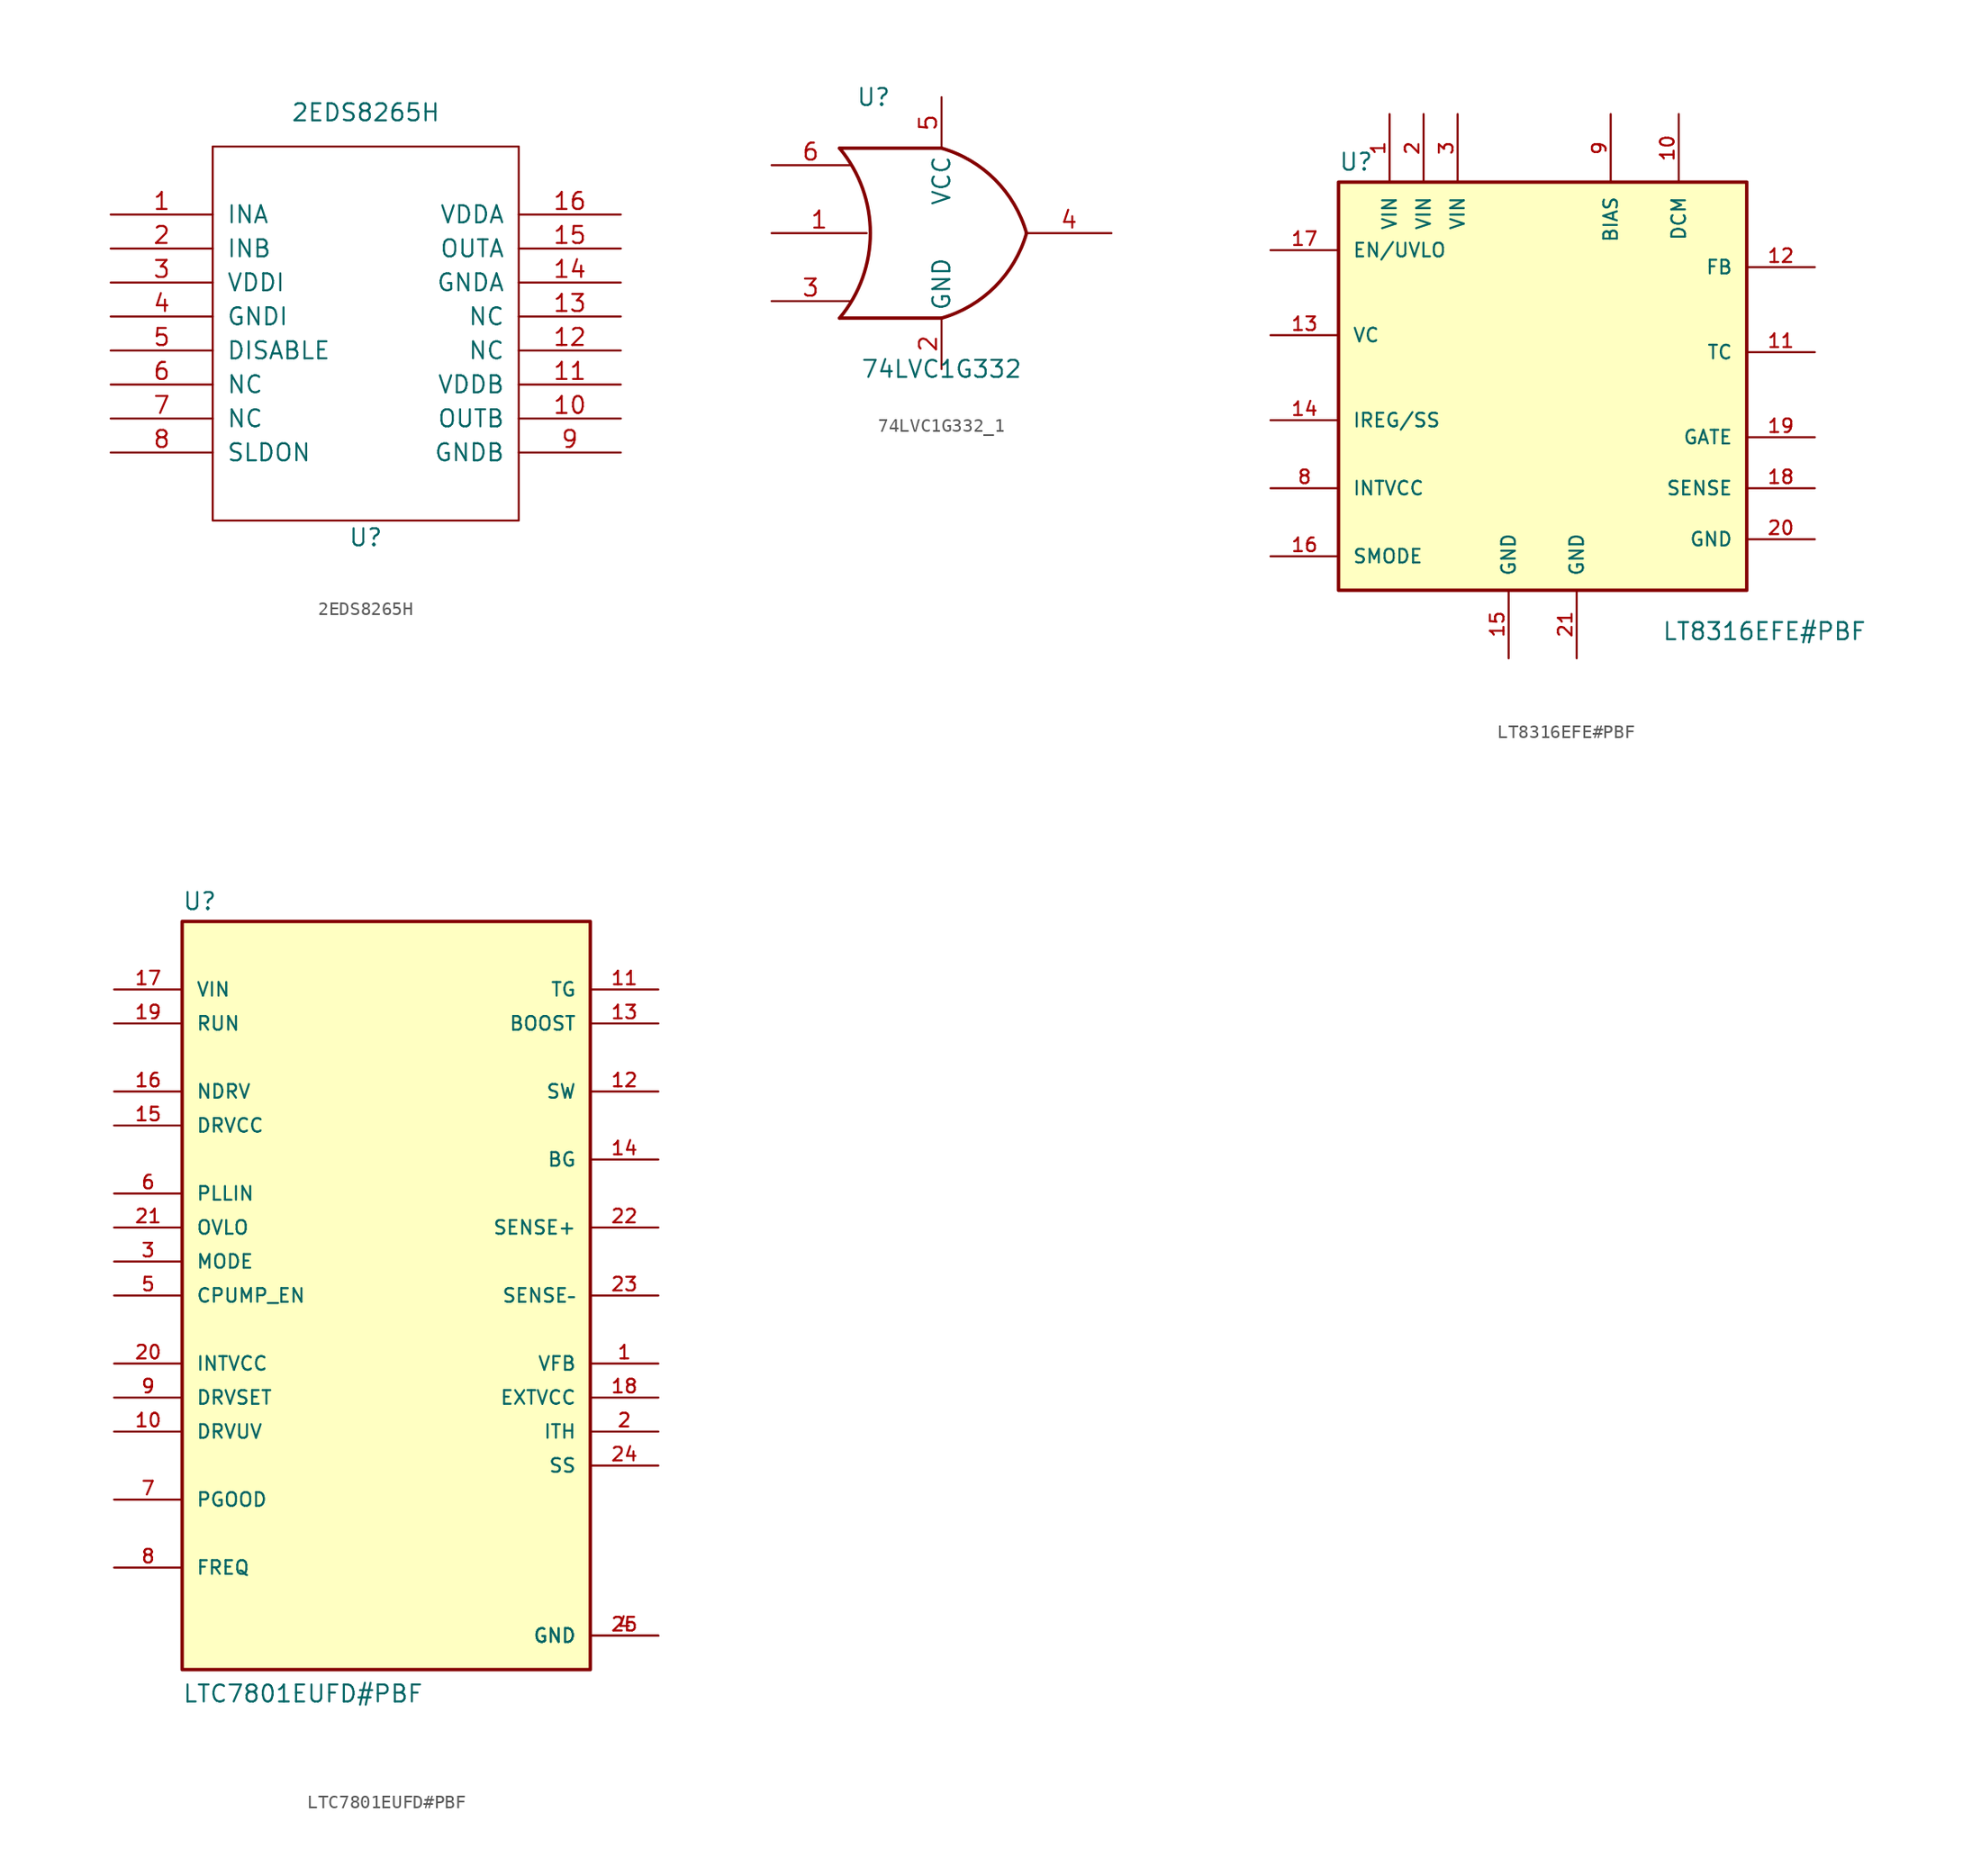
<source format=kicad_sym>
(kicad_symbol_lib
  (version 20220914)
  (generator kicad_symbol_editor)
  (symbol "2EDS8265H"
    (pin_names
      (offset 1.016))
    (property "Reference" "U"
      (at 0 -15.24 0)
      (effects (font (size 1.27 1.27))))
    (property "Value" "2EDS8265H"
      (at 0 16.51 0)
      (effects (font (size 1.27 1.27))))
    (symbol "2EDS8265H_1_0"
      (rectangle (start -11.43 -13.97) (end 11.43 13.97) (stroke (width 0) (type solid)) (fill (type none))))
    (symbol "2EDS8265H_1_1"
      (pin input line (at -19.05 8.89 0) (length 7.62) (name "INA" (effects (font (size 1.27 1.27)))) (number "1" (effects (font (size 1.27 1.27)))))
      (pin input line (at 19.05 -6.35 180) (length 7.62) (name "OUTB" (effects (font (size 1.27 1.27)))) (number "10" (effects (font (size 1.27 1.27)))))
      (pin input line (at 19.05 -3.81 180) (length 7.62) (name "VDDB" (effects (font (size 1.27 1.27)))) (number "11" (effects (font (size 1.27 1.27)))))
      (pin input line (at 19.05 -1.27 180) (length 7.62) (name "NC" (effects (font (size 1.27 1.27)))) (number "12" (effects (font (size 1.27 1.27)))))
      (pin input line (at 19.05 1.27 180) (length 7.62) (name "NC" (effects (font (size 1.27 1.27)))) (number "13" (effects (font (size 1.27 1.27)))))
      (pin input line (at 19.05 3.81 180) (length 7.62) (name "GNDA" (effects (font (size 1.27 1.27)))) (number "14" (effects (font (size 1.27 1.27)))))
      (pin input line (at 19.05 6.35 180) (length 7.62) (name "OUTA" (effects (font (size 1.27 1.27)))) (number "15" (effects (font (size 1.27 1.27)))))
      (pin input line (at 19.05 8.89 180) (length 7.62) (name "VDDA" (effects (font (size 1.27 1.27)))) (number "16" (effects (font (size 1.27 1.27)))))
      (pin input line (at -19.05 6.35 0) (length 7.62) (name "INB" (effects (font (size 1.27 1.27)))) (number "2" (effects (font (size 1.27 1.27)))))
      (pin input line (at -19.05 3.81 0) (length 7.62) (name "VDDI" (effects (font (size 1.27 1.27)))) (number "3" (effects (font (size 1.27 1.27)))))
      (pin input line (at -19.05 1.27 0) (length 7.62) (name "GNDI" (effects (font (size 1.27 1.27)))) (number "4" (effects (font (size 1.27 1.27)))))
      (pin input line (at -19.05 -1.27 0) (length 7.62) (name "DISABLE" (effects (font (size 1.27 1.27)))) (number "5" (effects (font (size 1.27 1.27)))))
      (pin input line (at -19.05 -3.81 0) (length 7.62) (name "NC" (effects (font (size 1.27 1.27)))) (number "6" (effects (font (size 1.27 1.27)))))
      (pin input line (at -19.05 -6.35 0) (length 7.62) (name "NC" (effects (font (size 1.27 1.27)))) (number "7" (effects (font (size 1.27 1.27)))))
      (pin input line (at -19.05 -8.89 0) (length 7.62) (name "SLDON" (effects (font (size 1.27 1.27)))) (number "8" (effects (font (size 1.27 1.27)))))
      (pin input line (at 19.05 -8.89 180) (length 7.62) (name "GNDB" (effects (font (size 1.27 1.27)))) (number "9" (effects (font (size 1.27 1.27)))))))
  (symbol "74LVC1G332_1"
    (property "Reference" "U"
      (at -5.08 10.16 0)
      (effects (font (size 1.27 1.27))))
    (property "Value" "74LVC1G332"
      (at 0 -10.16 0)
      (effects (font (size 1.27 1.27))))
    (symbol "74LVC1G332_1_0_1"
      (arc (start -7.62 -6.35) (mid -5.321 0) (end -7.62 6.35) (stroke (width 0.254) (type default)) (fill (type none)))
      (arc (start 0 -6.35) (mid 3.9978 -3.9978) (end 6.35 0) (stroke (width 0.254) (type default)) (fill (type none)))
      (polyline (pts (xy 0 -6.35) (xy -7.62 -6.35)) (stroke (width 0.254) (type default)) (fill (type background)))
      (polyline (pts (xy 0 6.35) (xy -7.62 6.35)) (stroke (width 0.254) (type default)) (fill (type background)))
      (arc (start 6.35 0) (mid 3.9978 3.9978) (end 0 6.35) (stroke (width 0.254) (type default)) (fill (type none))))
    (symbol "74LVC1G332_1_1_1"
      (pin input line (at -12.7 0 0) (length 7.11) (name "~" (effects (font (size 1.27 1.27)))) (number "1" (effects (font (size 1.27 1.27)))))
      (pin power_in line (at 0 -10.16 90) (length 3.81) (name "GND" (effects (font (size 1.27 1.27)))) (number "2" (effects (font (size 1.27 1.27)))))
      (pin input line (at -12.7 -5.08 0) (length 5.84) (name "~" (effects (font (size 1.27 1.27)))) (number "3" (effects (font (size 1.27 1.27)))))
      (pin output line (at 12.7 0 180) (length 6.35) (name "~" (effects (font (size 1.27 1.27)))) (number "4" (effects (font (size 1.27 1.27)))))
      (pin power_in line (at 0 10.16 270) (length 3.81) (name "VCC" (effects (font (size 1.27 1.27)))) (number "5" (effects (font (size 1.27 1.27)))))
      (pin input line (at -12.7 5.08 0) (length 5.84) (name "~" (effects (font (size 1.27 1.27)))) (number "6" (effects (font (size 1.27 1.27)))))))
  (symbol "LT8316EFE#PBF"
    (pin_names
      (offset 1.016))
    (property "Reference" "U"
      (at -15.24 16.002 0)
      (effects (font (size 1.27 1.27)) (justify left bottom)))
    (property "Value" "LT8316EFE#PBF"
      (at 8.89 -19.05 0)
      (effects (font (size 1.27 1.27)) (justify left bottom)))
    (symbol "LT8316EFE#PBF_0_0"
      (rectangle (start -15.24 -15.24) (end 15.24 15.24) (stroke (width 0.254) (type default)) (fill (type background)))
      (pin input line (at -11.43 20.32 270) (length 5.08) (name "VIN" (effects (font (size 1.016 1.016)))) (number "1" (effects (font (size 1.016 1.016)))))
      (pin input line (at 10.16 20.32 270) (length 5.08) (name "DCM" (effects (font (size 1.016 1.016)))) (number "10" (effects (font (size 1.016 1.016)))))
      (pin passive line (at 20.32 2.54 180) (length 5.08) (name "TC" (effects (font (size 1.016 1.016)))) (number "11" (effects (font (size 1.016 1.016)))))
      (pin input line (at 20.32 8.89 180) (length 5.08) (name "FB" (effects (font (size 1.016 1.016)))) (number "12" (effects (font (size 1.016 1.016)))))
      (pin passive line (at -20.32 3.81 0) (length 5.08) (name "VC" (effects (font (size 1.016 1.016)))) (number "13" (effects (font (size 1.016 1.016)))))
      (pin bidirectional line (at -20.32 -2.54 0) (length 5.08) (name "IREG/SS" (effects (font (size 1.016 1.016)))) (number "14" (effects (font (size 1.016 1.016)))))
      (pin power_in line (at -2.54 -20.32 90) (length 5.08) (name "GND" (effects (font (size 1.016 1.016)))) (number "15" (effects (font (size 1.016 1.016)))))
      (pin input line (at -20.32 -12.7 0) (length 5.08) (name "SMODE" (effects (font (size 1.016 1.016)))) (number "16" (effects (font (size 1.016 1.016)))))
      (pin input line (at -20.32 10.16 0) (length 5.08) (name "EN/UVLO" (effects (font (size 1.016 1.016)))) (number "17" (effects (font (size 1.016 1.016)))))
      (pin input line (at 20.32 -7.62 180) (length 5.08) (name "SENSE" (effects (font (size 1.016 1.016)))) (number "18" (effects (font (size 1.016 1.016)))))
      (pin output line (at 20.32 -3.81 180) (length 5.08) (name "GATE" (effects (font (size 1.016 1.016)))) (number "19" (effects (font (size 1.016 1.016)))))
      (pin input line (at -8.89 20.32 270) (length 5.08) (name "VIN" (effects (font (size 1.016 1.016)))) (number "2" (effects (font (size 1.016 1.016)))))
      (pin power_in line (at 20.32 -11.43 180) (length 5.08) (name "GND" (effects (font (size 1.016 1.016)))) (number "20" (effects (font (size 1.016 1.016)))))
      (pin power_in line (at 2.54 -20.32 90) (length 5.08) (name "GND" (effects (font (size 1.016 1.016)))) (number "21" (effects (font (size 1.016 1.016)))))
      (pin input line (at -6.35 20.32 270) (length 5.08) (name "VIN" (effects (font (size 1.016 1.016)))) (number "3" (effects (font (size 1.016 1.016)))))
      (pin output line (at -20.32 -7.62 0) (length 5.08) (name "INTVCC" (effects (font (size 1.016 1.016)))) (number "8" (effects (font (size 1.016 1.016)))))
      (pin input line (at 5.08 20.32 270) (length 5.08) (name "BIAS" (effects (font (size 1.016 1.016)))) (number "9" (effects (font (size 1.016 1.016)))))))
  (symbol "LTC7801EUFD#PBF"
    (pin_names
      (offset 1.016))
    (property "Reference" "U"
      (at -15.24 28.702 0)
      (effects (font (size 1.27 1.27)) (justify left bottom)))
    (property "Value" "LTC7801EUFD#PBF"
      (at -15.24 -30.48 0)
      (effects (font (size 1.27 1.27)) (justify left bottom)))
    (symbol "LTC7801EUFD#PBF_0_0"
      (rectangle (start -15.24 -27.94) (end 15.24 27.94) (stroke (width 0.254) (type default)) (fill (type background)))
      (pin input line (at 20.32 -5.08 180) (length 5.08) (name "VFB" (effects (font (size 1.016 1.016)))) (number "1" (effects (font (size 1.016 1.016)))))
      (pin input line (at -20.32 -10.16 0) (length 5.08) (name "DRVUV" (effects (font (size 1.016 1.016)))) (number "10" (effects (font (size 1.016 1.016)))))
      (pin bidirectional line (at 20.32 22.86 180) (length 5.08) (name "TG" (effects (font (size 1.016 1.016)))) (number "11" (effects (font (size 1.016 1.016)))))
      (pin bidirectional line (at 20.32 15.24 180) (length 5.08) (name "SW" (effects (font (size 1.016 1.016)))) (number "12" (effects (font (size 1.016 1.016)))))
      (pin passive line (at 20.32 20.32 180) (length 5.08) (name "BOOST" (effects (font (size 1.016 1.016)))) (number "13" (effects (font (size 1.016 1.016)))))
      (pin bidirectional line (at 20.32 10.16 180) (length 5.08) (name "BG" (effects (font (size 1.016 1.016)))) (number "14" (effects (font (size 1.016 1.016)))))
      (pin output line (at -20.32 12.7 0) (length 5.08) (name "DRVCC" (effects (font (size 1.016 1.016)))) (number "15" (effects (font (size 1.016 1.016)))))
      (pin output line (at -20.32 15.24 0) (length 5.08) (name "NDRV" (effects (font (size 1.016 1.016)))) (number "16" (effects (font (size 1.016 1.016)))))
      (pin input line (at -20.32 22.86 0) (length 5.08) (name "VIN" (effects (font (size 1.016 1.016)))) (number "17" (effects (font (size 1.016 1.016)))))
      (pin input line (at 20.32 -7.62 180) (length 5.08) (name "EXTVCC" (effects (font (size 1.016 1.016)))) (number "18" (effects (font (size 1.016 1.016)))))
      (pin input line (at -20.32 20.32 0) (length 5.08) (name "RUN" (effects (font (size 1.016 1.016)))) (number "19" (effects (font (size 1.016 1.016)))))
      (pin output line (at 20.32 -10.16 180) (length 5.08) (name "ITH" (effects (font (size 1.016 1.016)))) (number "2" (effects (font (size 1.016 1.016)))))
      (pin output line (at -20.32 -5.08 0) (length 5.08) (name "INTVCC" (effects (font (size 1.016 1.016)))) (number "20" (effects (font (size 1.016 1.016)))))
      (pin input line (at -20.32 5.08 0) (length 5.08) (name "OVLO" (effects (font (size 1.016 1.016)))) (number "21" (effects (font (size 1.016 1.016)))))
      (pin input line (at 20.32 5.08 180) (length 5.08) (name "SENSE+" (effects (font (size 1.016 1.016)))) (number "22" (effects (font (size 1.016 1.016)))))
      (pin input line (at 20.32 0 180) (length 5.08) (name "SENSE–" (effects (font (size 1.016 1.016)))) (number "23" (effects (font (size 1.016 1.016)))))
      (pin input line (at 20.32 -12.7 180) (length 5.08) (name "SS" (effects (font (size 1.016 1.016)))) (number "24" (effects (font (size 1.016 1.016)))))
      (pin power_in line (at 20.32 -25.4 180) (length 5.08) (name "GND" (effects (font (size 1.016 1.016)))) (number "25" (effects (font (size 1.016 1.016)))))
      (pin input line (at -20.32 2.54 0) (length 5.08) (name "MODE" (effects (font (size 1.016 1.016)))) (number "3" (effects (font (size 1.016 1.016)))))
      (pin power_in line (at 20.32 -25.4 180) (length 5.08) (name "GND" (effects (font (size 1.016 1.016)))) (number "4" (effects (font (size 1.016 1.016)))))
      (pin input line (at -20.32 0 0) (length 5.08) (name "CPUMP_EN" (effects (font (size 1.016 1.016)))) (number "5" (effects (font (size 1.016 1.016)))))
      (pin input line (at -20.32 7.62 0) (length 5.08) (name "PLLIN" (effects (font (size 1.016 1.016)))) (number "6" (effects (font (size 1.016 1.016)))))
      (pin output line (at -20.32 -15.24 0) (length 5.08) (name "PGOOD" (effects (font (size 1.016 1.016)))) (number "7" (effects (font (size 1.016 1.016)))))
      (pin input line (at -20.32 -20.32 0) (length 5.08) (name "FREQ" (effects (font (size 1.016 1.016)))) (number "8" (effects (font (size 1.016 1.016)))))
      (pin input line (at -20.32 -7.62 0) (length 5.08) (name "DRVSET" (effects (font (size 1.016 1.016)))) (number "9" (effects (font (size 1.016 1.016))))))))
</source>
